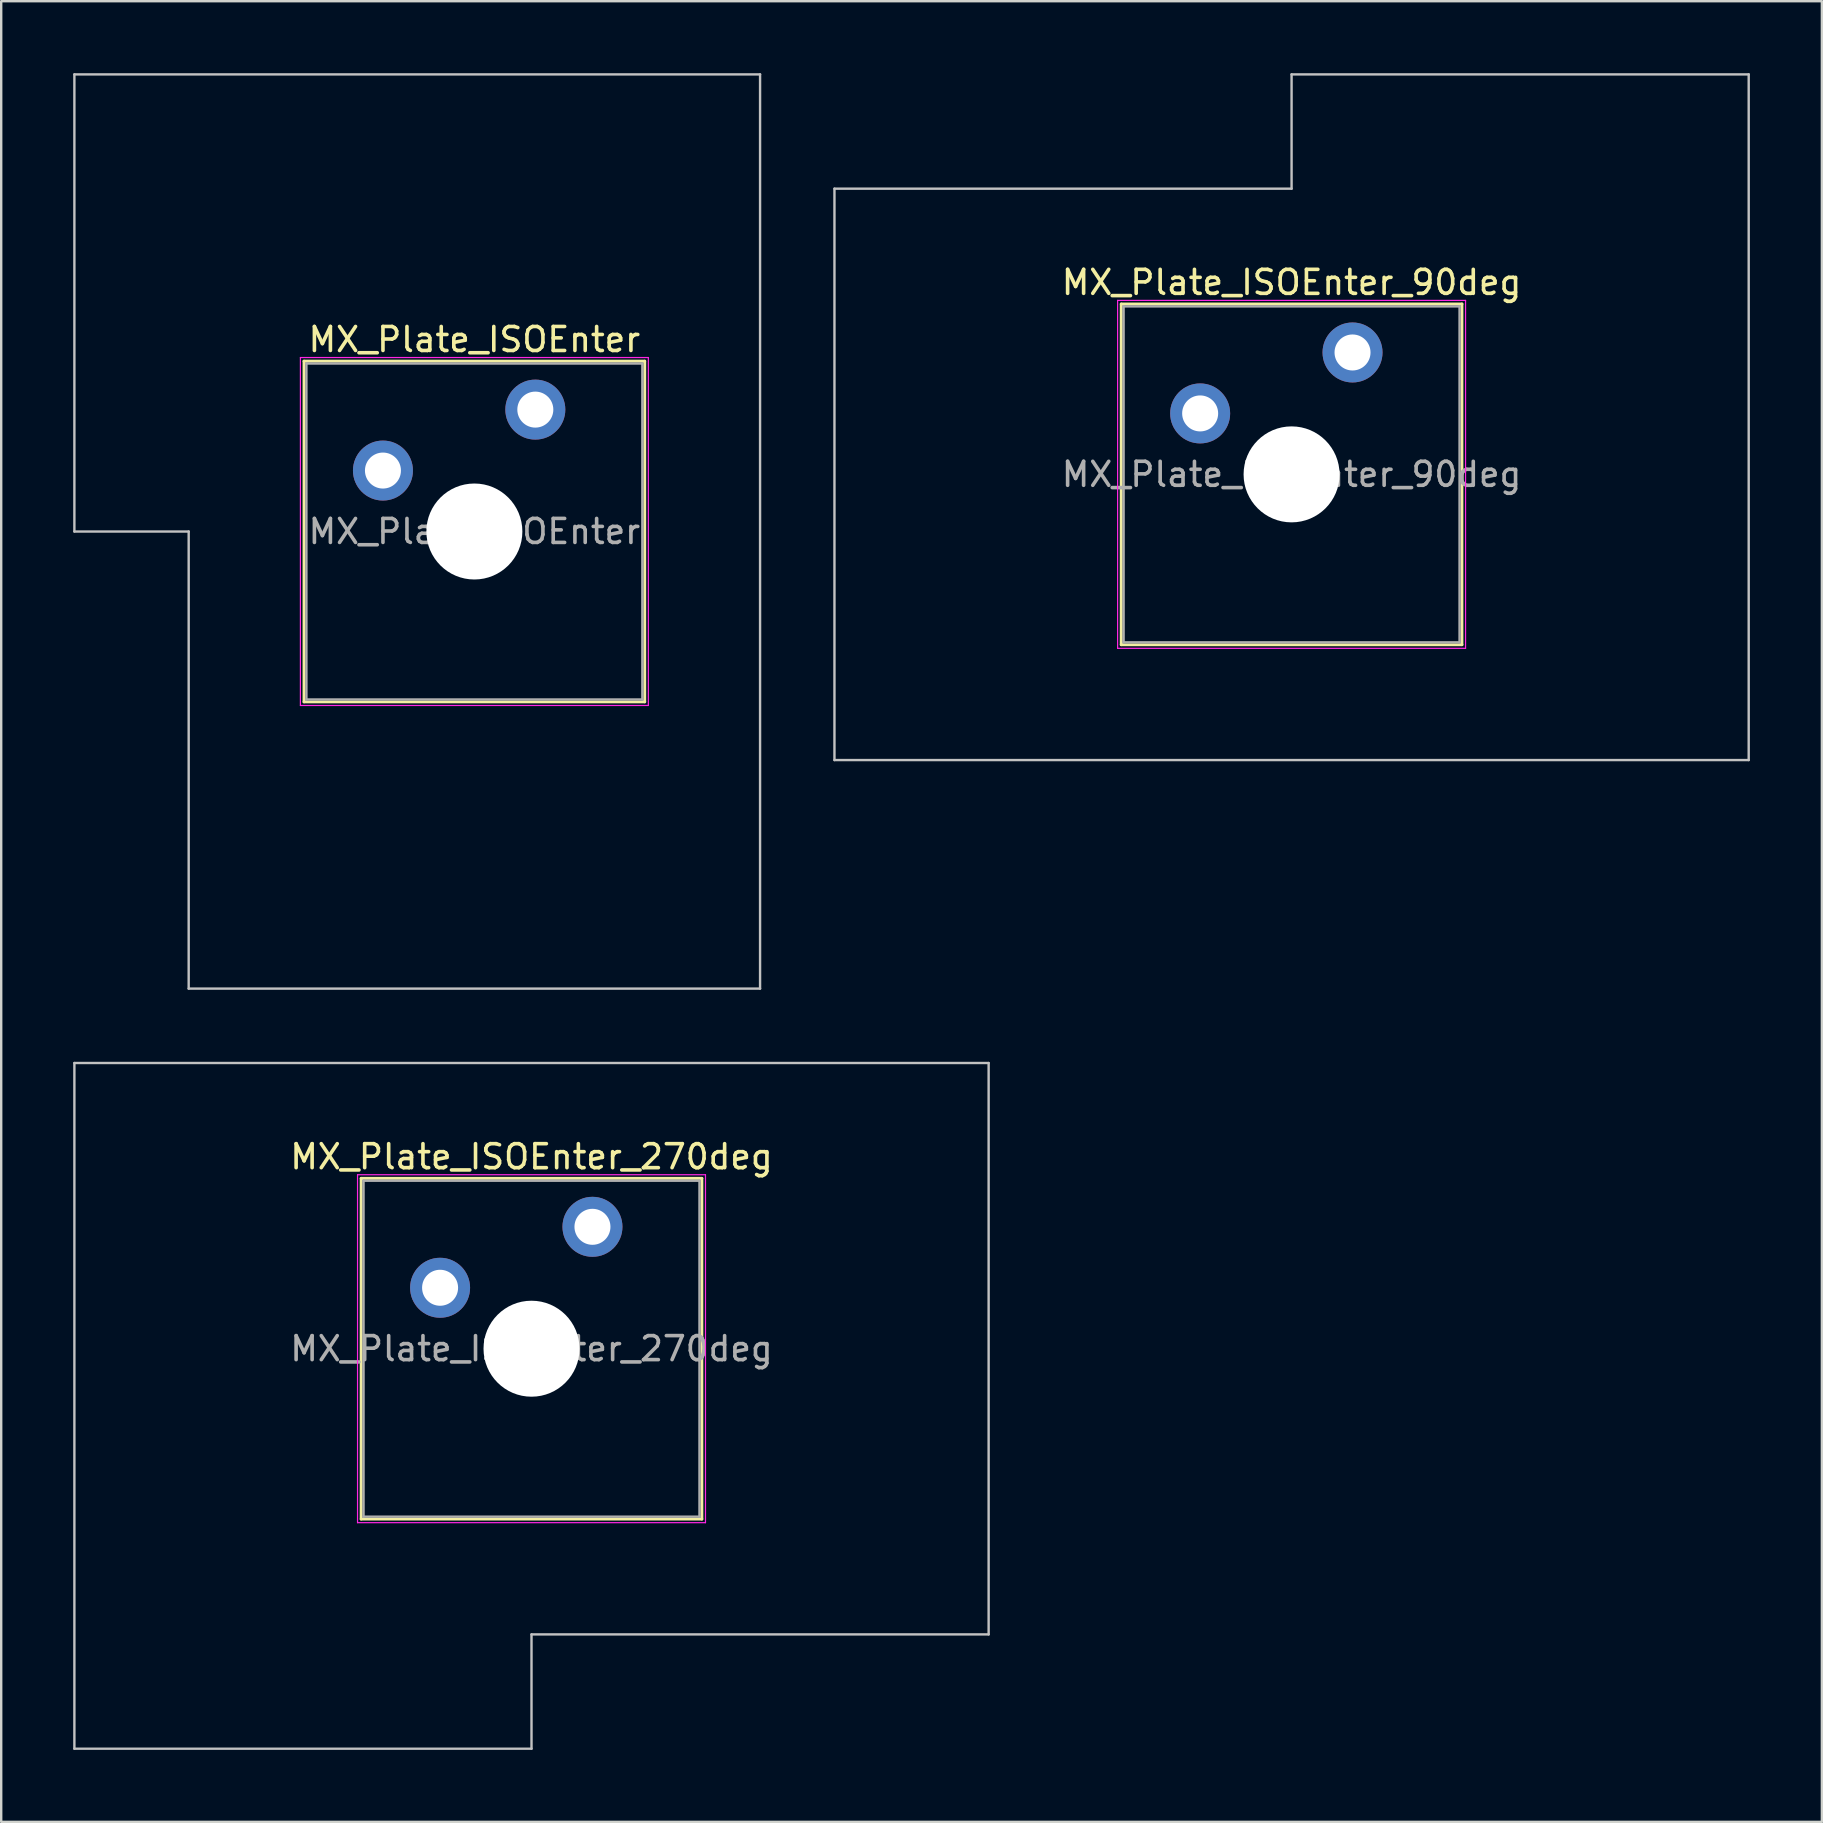
<source format=kicad_pcb>
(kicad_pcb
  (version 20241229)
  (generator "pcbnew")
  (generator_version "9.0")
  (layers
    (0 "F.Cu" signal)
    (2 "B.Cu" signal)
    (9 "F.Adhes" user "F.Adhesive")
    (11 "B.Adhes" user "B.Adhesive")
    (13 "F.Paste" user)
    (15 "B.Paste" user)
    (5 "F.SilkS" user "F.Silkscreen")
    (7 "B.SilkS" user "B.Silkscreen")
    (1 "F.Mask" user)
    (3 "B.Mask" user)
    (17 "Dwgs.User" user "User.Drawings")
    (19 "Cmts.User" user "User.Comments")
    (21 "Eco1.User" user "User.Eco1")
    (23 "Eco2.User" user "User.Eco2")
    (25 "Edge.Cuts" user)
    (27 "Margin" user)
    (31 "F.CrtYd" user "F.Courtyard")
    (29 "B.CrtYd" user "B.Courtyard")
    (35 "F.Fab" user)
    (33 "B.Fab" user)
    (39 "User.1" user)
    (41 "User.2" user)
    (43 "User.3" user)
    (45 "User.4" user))
  (footprint "MX_Plate_ISOEnter"
    (layer "F.Cu")
    (at 16.719 19.1)
    (property "Reference" "MX_Plate_ISOEnter" (at 0 -8 0) (layer "F.SilkS") (effects (font (size 1 1) (thickness 0.15))))
    (attr through_hole)
    (fp_line (start -7.1 -7.1) (end -7.1 7.1) (stroke (width 0.12) (type solid)) (layer "F.SilkS"))
    (fp_line (start -7.1 7.1) (end 7.1 7.1) (stroke (width 0.12) (type solid)) (layer "F.SilkS"))
    (fp_line (start 7.1 -7.1) (end -7.1 -7.1) (stroke (width 0.12) (type solid)) (layer "F.SilkS"))
    (fp_line (start 7.1 7.1) (end 7.1 -7.1) (stroke (width 0.12) (type solid)) (layer "F.SilkS"))
    (fp_line (start -16.669 -19.05) (end -16.669 0) (stroke (width 0.1) (type solid)) (layer "Dwgs.User"))
    (fp_line (start -16.669 0) (end -11.906 0) (stroke (width 0.1) (type solid)) (layer "Dwgs.User"))
    (fp_line (start -11.906 0) (end -11.906 19.05) (stroke (width 0.1) (type solid)) (layer "Dwgs.User"))
    (fp_line (start -11.906 19.05) (end 11.906 19.05) (stroke (width 0.1) (type solid)) (layer "Dwgs.User"))
    (fp_line (start 11.906 -19.05) (end -16.669 -19.05) (stroke (width 0.1) (type solid)) (layer "Dwgs.User"))
    (fp_line (start 11.906 19.05) (end 11.906 -19.05) (stroke (width 0.1) (type solid)) (layer "Dwgs.User"))
    (fp_line (start -7 -7) (end -7 7) (stroke (width 0.1) (type solid)) (layer "Eco1.User"))
    (fp_line (start -7 7) (end 7 7) (stroke (width 0.1) (type solid)) (layer "Eco1.User"))
    (fp_line (start 7 -7) (end -7 -7) (stroke (width 0.1) (type solid)) (layer "Eco1.User"))
    (fp_line (start 7 7) (end 7 -7) (stroke (width 0.1) (type solid)) (layer "Eco1.User"))
    (fp_line (start -7.25 -7.25) (end -7.25 7.25) (stroke (width 0.05) (type solid)) (layer "F.CrtYd"))
    (fp_line (start -7.25 7.25) (end 7.25 7.25) (stroke (width 0.05) (type solid)) (layer "F.CrtYd"))
    (fp_line (start 7.25 -7.25) (end -7.25 -7.25) (stroke (width 0.05) (type solid)) (layer "F.CrtYd"))
    (fp_line (start 7.25 7.25) (end 7.25 -7.25) (stroke (width 0.05) (type solid)) (layer "F.CrtYd"))
    (fp_line (start -7 -7) (end -7 7) (stroke (width 0.1) (type solid)) (layer "F.Fab"))
    (fp_line (start -7 7) (end 7 7) (stroke (width 0.1) (type solid)) (layer "F.Fab"))
    (fp_line (start 7 -7) (end -7 -7) (stroke (width 0.1) (type solid)) (layer "F.Fab"))
    (fp_line (start 7 7) (end 7 -7) (stroke (width 0.1) (type solid)) (layer "F.Fab"))
    (fp_text user "${REFERENCE}" (at 0 0 0) (layer "F.Fab") (effects (font (size 1 1) (thickness 0.15))))
    (pad "" np_thru_hole circle (at 0 0) (size 4 4) (drill 4) (layers "*.Cu" "*.Mask"))
    (pad "1" thru_hole circle (at -3.81 -2.54) (size 2.5 2.5) (drill 1.5) (layers "*.Cu" "*.Mask"))
    (pad "2" thru_hole circle (at 2.54 -5.08) (size 2.5 2.5) (drill 1.5) (layers "*.Cu" "*.Mask")))
  (footprint "MX_Plate_ISOEnter_270deg"
    (layer "F.Cu")
    (at 19.1 53.156)
    (property "Reference" "MX_Plate_ISOEnter_270deg" (at 0 -8 0) (layer "F.SilkS") (effects (font (size 1 1) (thickness 0.15))))
    (attr through_hole)
    (fp_line (start -7.1 -7.1) (end -7.1 7.1) (stroke (width 0.12) (type solid)) (layer "F.SilkS"))
    (fp_line (start -7.1 7.1) (end 7.1 7.1) (stroke (width 0.12) (type solid)) (layer "F.SilkS"))
    (fp_line (start 7.1 -7.1) (end -7.1 -7.1) (stroke (width 0.12) (type solid)) (layer "F.SilkS"))
    (fp_line (start 7.1 7.1) (end 7.1 -7.1) (stroke (width 0.12) (type solid)) (layer "F.SilkS"))
    (fp_line (start -19.05 -11.906) (end -19.05 16.669) (stroke (width 0.1) (type solid)) (layer "Dwgs.User"))
    (fp_line (start -19.05 16.669) (end 0 16.669) (stroke (width 0.1) (type solid)) (layer "Dwgs.User"))
    (fp_line (start 0 11.906) (end 19.05 11.906) (stroke (width 0.1) (type solid)) (layer "Dwgs.User"))
    (fp_line (start 0 16.669) (end 0 11.906) (stroke (width 0.1) (type solid)) (layer "Dwgs.User"))
    (fp_line (start 19.05 -11.906) (end -19.05 -11.906) (stroke (width 0.1) (type solid)) (layer "Dwgs.User"))
    (fp_line (start 19.05 11.906) (end 19.05 -11.906) (stroke (width 0.1) (type solid)) (layer "Dwgs.User"))
    (fp_line (start -7 -7) (end -7 7) (stroke (width 0.1) (type solid)) (layer "Eco1.User"))
    (fp_line (start -7 7) (end 7 7) (stroke (width 0.1) (type solid)) (layer "Eco1.User"))
    (fp_line (start 7 -7) (end -7 -7) (stroke (width 0.1) (type solid)) (layer "Eco1.User"))
    (fp_line (start 7 7) (end 7 -7) (stroke (width 0.1) (type solid)) (layer "Eco1.User"))
    (fp_line (start -7.25 -7.25) (end -7.25 7.25) (stroke (width 0.05) (type solid)) (layer "F.CrtYd"))
    (fp_line (start -7.25 7.25) (end 7.25 7.25) (stroke (width 0.05) (type solid)) (layer "F.CrtYd"))
    (fp_line (start 7.25 -7.25) (end -7.25 -7.25) (stroke (width 0.05) (type solid)) (layer "F.CrtYd"))
    (fp_line (start 7.25 7.25) (end 7.25 -7.25) (stroke (width 0.05) (type solid)) (layer "F.CrtYd"))
    (fp_line (start -7 -7) (end -7 7) (stroke (width 0.1) (type solid)) (layer "F.Fab"))
    (fp_line (start -7 7) (end 7 7) (stroke (width 0.1) (type solid)) (layer "F.Fab"))
    (fp_line (start 7 -7) (end -7 -7) (stroke (width 0.1) (type solid)) (layer "F.Fab"))
    (fp_line (start 7 7) (end 7 -7) (stroke (width 0.1) (type solid)) (layer "F.Fab"))
    (fp_text user "${REFERENCE}" (at 0 0 0) (layer "F.Fab") (effects (font (size 1 1) (thickness 0.15))))
    (pad "" np_thru_hole circle (at 0 0) (size 4 4) (drill 4) (layers "*.Cu" "*.Mask"))
    (pad "1" thru_hole circle (at -3.81 -2.54) (size 2.5 2.5) (drill 1.5) (layers "*.Cu" "*.Mask"))
    (pad "2" thru_hole circle (at 2.54 -5.08) (size 2.5 2.5) (drill 1.5) (layers "*.Cu" "*.Mask")))
  (footprint "MX_Plate_ISOEnter_90deg"
    (layer "F.Cu")
    (at 50.775 16.719)
    (property "Reference" "MX_Plate_ISOEnter_90deg" (at 0 -8 0) (layer "F.SilkS") (effects (font (size 1 1) (thickness 0.15))))
    (attr through_hole)
    (fp_line (start -7.1 -7.1) (end -7.1 7.1) (stroke (width 0.12) (type solid)) (layer "F.SilkS"))
    (fp_line (start -7.1 7.1) (end 7.1 7.1) (stroke (width 0.12) (type solid)) (layer "F.SilkS"))
    (fp_line (start 7.1 -7.1) (end -7.1 -7.1) (stroke (width 0.12) (type solid)) (layer "F.SilkS"))
    (fp_line (start 7.1 7.1) (end 7.1 -7.1) (stroke (width 0.12) (type solid)) (layer "F.SilkS"))
    (fp_line (start -19.05 -11.906) (end -19.05 11.906) (stroke (width 0.1) (type solid)) (layer "Dwgs.User"))
    (fp_line (start -19.05 11.906) (end 19.05 11.906) (stroke (width 0.1) (type solid)) (layer "Dwgs.User"))
    (fp_line (start 0 -16.669) (end 0 -11.906) (stroke (width 0.1) (type solid)) (layer "Dwgs.User"))
    (fp_line (start 0 -11.906) (end -19.05 -11.906) (stroke (width 0.1) (type solid)) (layer "Dwgs.User"))
    (fp_line (start 19.05 -16.669) (end 0 -16.669) (stroke (width 0.1) (type solid)) (layer "Dwgs.User"))
    (fp_line (start 19.05 11.906) (end 19.05 -16.669) (stroke (width 0.1) (type solid)) (layer "Dwgs.User"))
    (fp_line (start -7 -7) (end -7 7) (stroke (width 0.1) (type solid)) (layer "Eco1.User"))
    (fp_line (start -7 7) (end 7 7) (stroke (width 0.1) (type solid)) (layer "Eco1.User"))
    (fp_line (start 7 -7) (end -7 -7) (stroke (width 0.1) (type solid)) (layer "Eco1.User"))
    (fp_line (start 7 7) (end 7 -7) (stroke (width 0.1) (type solid)) (layer "Eco1.User"))
    (fp_line (start -7.25 -7.25) (end -7.25 7.25) (stroke (width 0.05) (type solid)) (layer "F.CrtYd"))
    (fp_line (start -7.25 7.25) (end 7.25 7.25) (stroke (width 0.05) (type solid)) (layer "F.CrtYd"))
    (fp_line (start 7.25 -7.25) (end -7.25 -7.25) (stroke (width 0.05) (type solid)) (layer "F.CrtYd"))
    (fp_line (start 7.25 7.25) (end 7.25 -7.25) (stroke (width 0.05) (type solid)) (layer "F.CrtYd"))
    (fp_line (start -7 -7) (end -7 7) (stroke (width 0.1) (type solid)) (layer "F.Fab"))
    (fp_line (start -7 7) (end 7 7) (stroke (width 0.1) (type solid)) (layer "F.Fab"))
    (fp_line (start 7 -7) (end -7 -7) (stroke (width 0.1) (type solid)) (layer "F.Fab"))
    (fp_line (start 7 7) (end 7 -7) (stroke (width 0.1) (type solid)) (layer "F.Fab"))
    (fp_text user "${REFERENCE}" (at 0 0 0) (layer "F.Fab") (effects (font (size 1 1) (thickness 0.15))))
    (pad "" np_thru_hole circle (at 0 0) (size 4 4) (drill 4) (layers "*.Cu" "*.Mask"))
    (pad "1" thru_hole circle (at -3.81 -2.54) (size 2.5 2.5) (drill 1.5) (layers "*.Cu" "*.Mask"))
    (pad "2" thru_hole circle (at 2.54 -5.08) (size 2.5 2.5) (drill 1.5) (layers "*.Cu" "*.Mask")))
  (gr_rect
    (start -3 -3)
    (end 72.875 72.875)
    (stroke (width 0.1) (type default))
    (fill no)
    (layer "Edge.Cuts")))
</source>
